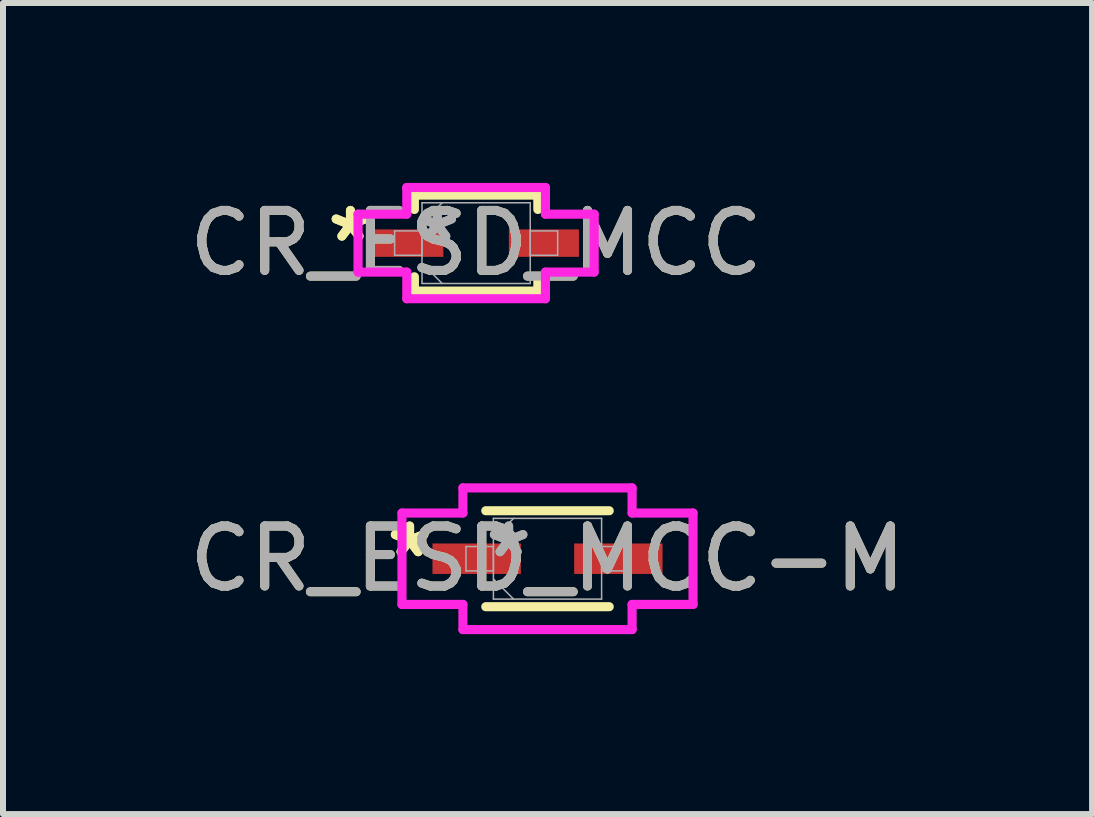
<source format=kicad_pcb>
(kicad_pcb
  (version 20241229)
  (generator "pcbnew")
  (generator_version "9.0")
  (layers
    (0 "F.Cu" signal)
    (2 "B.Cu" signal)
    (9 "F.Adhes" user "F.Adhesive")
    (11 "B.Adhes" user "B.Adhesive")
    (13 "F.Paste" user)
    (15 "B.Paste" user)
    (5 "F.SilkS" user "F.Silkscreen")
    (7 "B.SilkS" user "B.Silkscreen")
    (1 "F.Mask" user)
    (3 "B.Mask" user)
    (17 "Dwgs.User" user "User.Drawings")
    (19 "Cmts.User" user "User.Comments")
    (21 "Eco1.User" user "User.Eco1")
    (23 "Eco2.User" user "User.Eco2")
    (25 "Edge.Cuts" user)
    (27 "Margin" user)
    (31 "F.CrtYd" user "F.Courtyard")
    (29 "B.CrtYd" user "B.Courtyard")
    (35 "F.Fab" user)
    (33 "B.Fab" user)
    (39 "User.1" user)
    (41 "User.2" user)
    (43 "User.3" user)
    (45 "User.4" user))
  (footprint "CR_ESD_MCC-M"
    (layer "F.Cu")
    (at 6.077 6.264)
    (property "Reference" "CR_ESD_MCC-M" (at 0 0 0) (unlocked yes) (layer "F.SilkS") (effects (font (size 1 1) (thickness 0.15))))
    (attr smd)
    (fp_line (start -1.029 0.8) (end 1.029 0.8) (stroke (width 0.152) (type solid)) (layer "F.SilkS"))
    (fp_line (start 1.029 -0.8) (end -1.029 -0.8) (stroke (width 0.152) (type solid)) (layer "F.SilkS"))
    (fp_line (start -2.426 -0.762) (end -1.41 -0.762) (stroke (width 0.152) (type solid)) (layer "F.CrtYd"))
    (fp_line (start -2.426 0.762) (end -2.426 -0.762) (stroke (width 0.152) (type solid)) (layer "F.CrtYd"))
    (fp_line (start -1.41 -1.181) (end 1.41 -1.181) (stroke (width 0.152) (type solid)) (layer "F.CrtYd"))
    (fp_line (start -1.41 -0.762) (end -1.41 -1.181) (stroke (width 0.152) (type solid)) (layer "F.CrtYd"))
    (fp_line (start -1.41 0.762) (end -2.426 0.762) (stroke (width 0.152) (type solid)) (layer "F.CrtYd"))
    (fp_line (start -1.41 1.181) (end -1.41 0.762) (stroke (width 0.152) (type solid)) (layer "F.CrtYd"))
    (fp_line (start 1.41 -1.181) (end 1.41 -0.762) (stroke (width 0.152) (type solid)) (layer "F.CrtYd"))
    (fp_line (start 1.41 -0.762) (end 2.426 -0.762) (stroke (width 0.152) (type solid)) (layer "F.CrtYd"))
    (fp_line (start 1.41 0.762) (end 1.41 1.181) (stroke (width 0.152) (type solid)) (layer "F.CrtYd"))
    (fp_line (start 1.41 1.181) (end -1.41 1.181) (stroke (width 0.152) (type solid)) (layer "F.CrtYd"))
    (fp_line (start 2.426 -0.762) (end 2.426 0.762) (stroke (width 0.152) (type solid)) (layer "F.CrtYd"))
    (fp_line (start 2.426 0.762) (end 1.41 0.762) (stroke (width 0.152) (type solid)) (layer "F.CrtYd"))
    (fp_line (start -1.359 -0.203) (end -1.359 0.203) (stroke (width 0.025) (type solid)) (layer "F.Fab"))
    (fp_line (start -1.359 0.203) (end -0.902 0.203) (stroke (width 0.025) (type solid)) (layer "F.Fab"))
    (fp_line (start -0.902 -0.673) (end -0.902 0.673) (stroke (width 0.025) (type solid)) (layer "F.Fab"))
    (fp_line (start -0.902 -0.337) (end -0.565 -0.673) (stroke (width 0.025) (type solid)) (layer "F.Fab"))
    (fp_line (start -0.902 -0.203) (end -1.359 -0.203) (stroke (width 0.025) (type solid)) (layer "F.Fab"))
    (fp_line (start -0.902 0.203) (end -0.902 -0.203) (stroke (width 0.025) (type solid)) (layer "F.Fab"))
    (fp_line (start -0.902 0.337) (end -0.565 0.673) (stroke (width 0.025) (type solid)) (layer "F.Fab"))
    (fp_line (start -0.902 0.673) (end 0.902 0.673) (stroke (width 0.025) (type solid)) (layer "F.Fab"))
    (fp_line (start 0.902 -0.673) (end -0.902 -0.673) (stroke (width 0.025) (type solid)) (layer "F.Fab"))
    (fp_line (start 0.902 -0.203) (end 0.902 0.203) (stroke (width 0.025) (type solid)) (layer "F.Fab"))
    (fp_line (start 0.902 0.203) (end 1.359 0.203) (stroke (width 0.025) (type solid)) (layer "F.Fab"))
    (fp_line (start 0.902 0.673) (end 0.902 -0.673) (stroke (width 0.025) (type solid)) (layer "F.Fab"))
    (fp_line (start 1.359 -0.203) (end 0.902 -0.203) (stroke (width 0.025) (type solid)) (layer "F.Fab"))
    (fp_line (start 1.359 0.203) (end 1.359 -0.203) (stroke (width 0.025) (type solid)) (layer "F.Fab"))
    (fp_text user "*" (at -2.299 0 0) (layer "F.SilkS") (effects (font (size 1 1) (thickness 0.15))))
    (fp_text user "*" (at -2.299 0 0) (unlocked yes) (layer "F.SilkS") (effects (font (size 1 1) (thickness 0.15))))
    (fp_text user "*" (at -0.648 0 0) (layer "F.Fab") (effects (font (size 1 1) (thickness 0.15))))
    (fp_text user "*" (at -0.648 0 0) (unlocked yes) (layer "F.Fab") (effects (font (size 1 1) (thickness 0.15))))
    (fp_text user "${REFERENCE}" (at 0 0 0) (unlocked yes) (layer "F.Fab") (effects (font (size 1 1) (thickness 0.15))))
    (pad "1" smd rect (at -1.181 0) (size 1.473 0.508) (layers "F.Cu" "F.Mask" "F.Paste"))
    (pad "2" smd rect (at 1.181 0) (size 1.473 0.508) (layers "F.Cu" "F.Mask" "F.Paste")))
  (footprint "CR_ESD_MCC"
    (layer "F.Cu")
    (at 4.887 1.003)
    (property "Reference" "CR_ESD_MCC" (at 0 0 0) (unlocked yes) (layer "F.SilkS") (effects (font (size 1 1) (thickness 0.15))))
    (attr smd)
    (fp_line (start -1.029 -0.8) (end -1.029 -0.561) (stroke (width 0.152) (type solid)) (layer "F.SilkS"))
    (fp_line (start -1.029 0.561) (end -1.029 0.8) (stroke (width 0.152) (type solid)) (layer "F.SilkS"))
    (fp_line (start -1.029 0.8) (end 1.029 0.8) (stroke (width 0.152) (type solid)) (layer "F.SilkS"))
    (fp_line (start 1.029 -0.8) (end -1.029 -0.8) (stroke (width 0.152) (type solid)) (layer "F.SilkS"))
    (fp_line (start 1.029 -0.561) (end 1.029 -0.8) (stroke (width 0.152) (type solid)) (layer "F.SilkS"))
    (fp_line (start 1.029 0.8) (end 1.029 0.561) (stroke (width 0.152) (type solid)) (layer "F.SilkS"))
    (fp_line (start -1.968 -0.483) (end -1.156 -0.483) (stroke (width 0.152) (type solid)) (layer "F.CrtYd"))
    (fp_line (start -1.968 0.483) (end -1.968 -0.483) (stroke (width 0.152) (type solid)) (layer "F.CrtYd"))
    (fp_line (start -1.156 -0.927) (end 1.156 -0.927) (stroke (width 0.152) (type solid)) (layer "F.CrtYd"))
    (fp_line (start -1.156 -0.483) (end -1.156 -0.927) (stroke (width 0.152) (type solid)) (layer "F.CrtYd"))
    (fp_line (start -1.156 0.483) (end -1.968 0.483) (stroke (width 0.152) (type solid)) (layer "F.CrtYd"))
    (fp_line (start -1.156 0.927) (end -1.156 0.483) (stroke (width 0.152) (type solid)) (layer "F.CrtYd"))
    (fp_line (start 1.156 -0.927) (end 1.156 -0.483) (stroke (width 0.152) (type solid)) (layer "F.CrtYd"))
    (fp_line (start 1.156 -0.483) (end 1.968 -0.483) (stroke (width 0.152) (type solid)) (layer "F.CrtYd"))
    (fp_line (start 1.156 0.483) (end 1.156 0.927) (stroke (width 0.152) (type solid)) (layer "F.CrtYd"))
    (fp_line (start 1.156 0.927) (end -1.156 0.927) (stroke (width 0.152) (type solid)) (layer "F.CrtYd"))
    (fp_line (start 1.968 -0.483) (end 1.968 0.483) (stroke (width 0.152) (type solid)) (layer "F.CrtYd"))
    (fp_line (start 1.968 0.483) (end 1.156 0.483) (stroke (width 0.152) (type solid)) (layer "F.CrtYd"))
    (fp_line (start -1.359 -0.203) (end -1.359 0.203) (stroke (width 0.025) (type solid)) (layer "F.Fab"))
    (fp_line (start -1.359 0.203) (end -0.902 0.203) (stroke (width 0.025) (type solid)) (layer "F.Fab"))
    (fp_line (start -0.902 -0.673) (end -0.902 0.673) (stroke (width 0.025) (type solid)) (layer "F.Fab"))
    (fp_line (start -0.902 -0.337) (end -0.565 -0.673) (stroke (width 0.025) (type solid)) (layer "F.Fab"))
    (fp_line (start -0.902 -0.203) (end -1.359 -0.203) (stroke (width 0.025) (type solid)) (layer "F.Fab"))
    (fp_line (start -0.902 0.203) (end -0.902 -0.203) (stroke (width 0.025) (type solid)) (layer "F.Fab"))
    (fp_line (start -0.902 0.337) (end -0.565 0.673) (stroke (width 0.025) (type solid)) (layer "F.Fab"))
    (fp_line (start -0.902 0.673) (end 0.902 0.673) (stroke (width 0.025) (type solid)) (layer "F.Fab"))
    (fp_line (start 0.902 -0.673) (end -0.902 -0.673) (stroke (width 0.025) (type solid)) (layer "F.Fab"))
    (fp_line (start 0.902 -0.203) (end 0.902 0.203) (stroke (width 0.025) (type solid)) (layer "F.Fab"))
    (fp_line (start 0.902 0.203) (end 1.359 0.203) (stroke (width 0.025) (type solid)) (layer "F.Fab"))
    (fp_line (start 0.902 0.673) (end 0.902 -0.673) (stroke (width 0.025) (type solid)) (layer "F.Fab"))
    (fp_line (start 1.359 -0.203) (end 0.902 -0.203) (stroke (width 0.025) (type solid)) (layer "F.Fab"))
    (fp_line (start 1.359 0.203) (end 1.359 -0.203) (stroke (width 0.025) (type solid)) (layer "F.Fab"))
    (fp_text user "*" (at -2.095 0 0) (layer "F.SilkS") (effects (font (size 1 1) (thickness 0.15))))
    (fp_text user "*" (at -2.095 0 0) (unlocked yes) (layer "F.SilkS") (effects (font (size 1 1) (thickness 0.15))))
    (fp_text user "*" (at -0.648 0 0) (layer "F.Fab") (effects (font (size 1 1) (thickness 0.15))))
    (fp_text user "*" (at -0.648 0 0) (unlocked yes) (layer "F.Fab") (effects (font (size 1 1) (thickness 0.15))))
    (fp_text user "${REFERENCE}" (at 0 0 0) (unlocked yes) (layer "F.Fab") (effects (font (size 1 1) (thickness 0.15))))
    (pad "1" smd rect (at -1.13 0) (size 1.168 0.457) (layers "F.Cu" "F.Mask" "F.Paste"))
    (pad "2" smd rect (at 1.13 0) (size 1.168 0.457) (layers "F.Cu" "F.Mask" "F.Paste")))
  (gr_rect
    (start -3 -3)
    (end 15.155 10.521)
    (stroke (width 0.1) (type default))
    (fill no)
    (layer "Edge.Cuts")))
</source>
